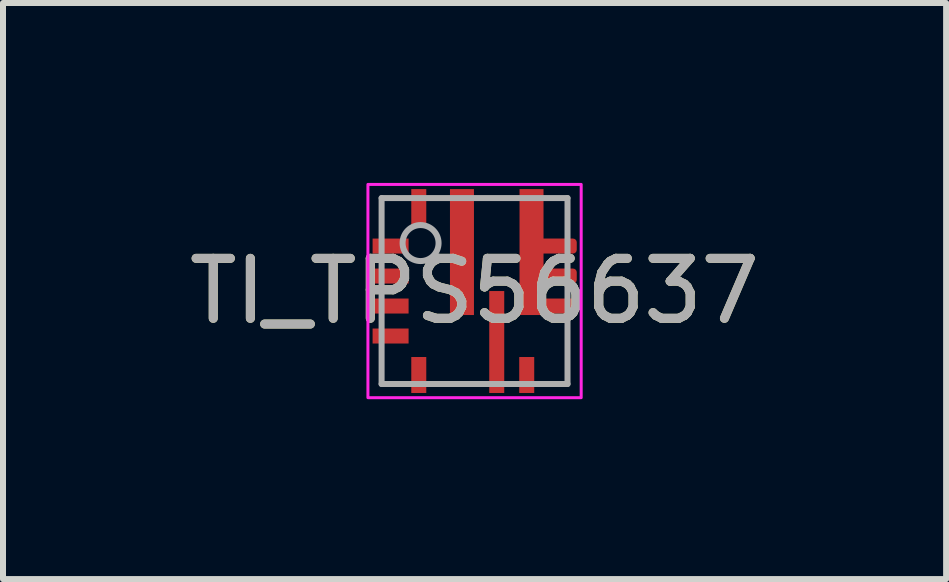
<source format=kicad_pcb>
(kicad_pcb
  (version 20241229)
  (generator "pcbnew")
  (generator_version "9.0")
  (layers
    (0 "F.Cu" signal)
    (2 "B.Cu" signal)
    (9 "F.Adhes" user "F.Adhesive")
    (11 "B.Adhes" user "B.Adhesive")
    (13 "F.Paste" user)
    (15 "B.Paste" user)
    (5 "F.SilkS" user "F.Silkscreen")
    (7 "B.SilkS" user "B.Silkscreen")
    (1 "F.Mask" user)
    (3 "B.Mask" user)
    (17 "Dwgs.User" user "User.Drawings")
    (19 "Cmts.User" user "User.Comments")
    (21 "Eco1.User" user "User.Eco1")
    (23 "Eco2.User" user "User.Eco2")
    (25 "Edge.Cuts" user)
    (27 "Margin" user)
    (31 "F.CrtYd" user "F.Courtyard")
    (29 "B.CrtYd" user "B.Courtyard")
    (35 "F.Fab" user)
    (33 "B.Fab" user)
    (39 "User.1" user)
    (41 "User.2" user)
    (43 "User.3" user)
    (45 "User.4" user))
  (footprint "TI_TPS56637"
    (layer "F.Cu")
    (at 4.863 1.803)
    (property "Reference" "TI_TPS56637" (at 0 0 0) (unlocked yes) (layer "F.SilkS") (effects (font (size 1 1) (thickness 0.15))))
    (attr smd)
    (fp_poly (pts (xy -0.41 -0.8) (xy -0.41 -1.65) (xy -0.409 -1.66) (xy -0.406 -1.669) (xy -0.402 -1.678) (xy -0.395 -1.685) (xy -0.388 -1.692) (xy -0.379 -1.696) (xy -0.37 -1.699) (xy -0.36 -1.7) (xy -0.06 -1.7) (xy -0.05 -1.699) (xy -0.041 -1.696) (xy -0.032 -1.692) (xy -0.025 -1.685) (xy -0.018 -1.678) (xy -0.014 -1.669) (xy -0.011 -1.66) (xy -0.01 -1.65) (xy -0.01 -0.8) (xy -0.011 -0.79) (xy -0.014 -0.781) (xy -0.018 -0.772) (xy -0.025 -0.765) (xy -0.032 -0.758) (xy -0.041 -0.754) (xy -0.05 -0.751) (xy -0.06 -0.75) (xy -0.36 -0.75) (xy -0.37 -0.751) (xy -0.379 -0.754) (xy -0.388 -0.758) (xy -0.395 -0.765) (xy -0.402 -0.772) (xy -0.406 -0.781) (xy -0.409 -0.79)) (stroke (width 0) (type solid)) (fill yes) (layer "F.Paste"))
    (fp_poly (pts (xy -0.41 0.35) (xy -0.41 -0.5) (xy -0.409 -0.51) (xy -0.406 -0.519) (xy -0.402 -0.528) (xy -0.395 -0.535) (xy -0.388 -0.542) (xy -0.379 -0.546) (xy -0.37 -0.549) (xy -0.36 -0.55) (xy -0.06 -0.55) (xy -0.05 -0.549) (xy -0.041 -0.546) (xy -0.032 -0.542) (xy -0.025 -0.535) (xy -0.018 -0.528) (xy -0.014 -0.519) (xy -0.011 -0.51) (xy -0.01 -0.5) (xy -0.01 0.35) (xy -0.011 0.36) (xy -0.014 0.369) (xy -0.018 0.378) (xy -0.025 0.385) (xy -0.032 0.392) (xy -0.041 0.396) (xy -0.05 0.399) (xy -0.06 0.4) (xy -0.36 0.4) (xy -0.37 0.399) (xy -0.379 0.396) (xy -0.388 0.392) (xy -0.395 0.385) (xy -0.402 0.378) (xy -0.406 0.369) (xy -0.409 0.36)) (stroke (width 0) (type solid)) (fill yes) (layer "F.Paste"))
    (fp_poly (pts (xy 0.245 0.7) (xy 0.245 0.05) (xy 0.246 0.04) (xy 0.249 0.031) (xy 0.253 0.022) (xy 0.26 0.015) (xy 0.267 0.008) (xy 0.276 0.004) (xy 0.285 0.001) (xy 0.295 0) (xy 0.445 0) (xy 0.455 0.001) (xy 0.464 0.004) (xy 0.473 0.008) (xy 0.48 0.015) (xy 0.487 0.022) (xy 0.491 0.031) (xy 0.494 0.04) (xy 0.495 0.05) (xy 0.495 0.7) (xy 0.494 0.71) (xy 0.491 0.719) (xy 0.487 0.728) (xy 0.48 0.735) (xy 0.473 0.742) (xy 0.464 0.746) (xy 0.455 0.749) (xy 0.445 0.75) (xy 0.295 0.75) (xy 0.285 0.749) (xy 0.276 0.746) (xy 0.267 0.742) (xy 0.26 0.735) (xy 0.253 0.728) (xy 0.249 0.719) (xy 0.246 0.71)) (stroke (width 0) (type solid)) (fill yes) (layer "F.Paste"))
    (fp_poly (pts (xy 0.245 1.65) (xy 0.245 1) (xy 0.246 0.99) (xy 0.249 0.981) (xy 0.253 0.972) (xy 0.26 0.965) (xy 0.267 0.958) (xy 0.276 0.954) (xy 0.285 0.951) (xy 0.295 0.95) (xy 0.445 0.95) (xy 0.455 0.951) (xy 0.464 0.954) (xy 0.473 0.958) (xy 0.48 0.965) (xy 0.487 0.972) (xy 0.491 0.981) (xy 0.494 0.99) (xy 0.495 1) (xy 0.495 1.65) (xy 0.494 1.66) (xy 0.491 1.669) (xy 0.487 1.678) (xy 0.48 1.685) (xy 0.473 1.692) (xy 0.464 1.696) (xy 0.455 1.699) (xy 0.445 1.7) (xy 0.295 1.7) (xy 0.285 1.699) (xy 0.276 1.696) (xy 0.267 1.692) (xy 0.26 1.685) (xy 0.253 1.678) (xy 0.249 1.669) (xy 0.246 1.66)) (stroke (width 0) (type solid)) (fill yes) (layer "F.Paste"))
    (fp_rect (start -1.778 -1.778) (end 1.778 1.778) (stroke (width 0.05) (type default)) (fill no) (layer "F.CrtYd"))
    (fp_line (start -1.55 -1.55) (end 1.55 -1.55) (stroke (width 0.1) (type solid)) (layer "F.Fab"))
    (fp_line (start -1.55 1.55) (end -1.55 -1.55) (stroke (width 0.1) (type solid)) (layer "F.Fab"))
    (fp_line (start -1.55 1.55) (end 1.55 1.55) (stroke (width 0.1) (type solid)) (layer "F.Fab"))
    (fp_line (start 1.55 1.55) (end 1.55 -1.55) (stroke (width 0.1) (type solid)) (layer "F.Fab"))
    (fp_circle (center -0.9 -0.8) (end -0.6 -0.8) (stroke (width 0.1) (type solid)) (fill no) (layer "F.Fab"))
    (fp_text user "${REFERENCE}" (at 0 0 0) (unlocked yes) (layer "F.Fab") (effects (font (size 1 1) (thickness 0.15))))
    (pad "1" smd rect (at -1.4 -0.75) (size 0.6 0.25) (layers "F.Cu" "F.Mask" "F.Paste"))
    (pad "2" smd rect (at -1.4 -0.25) (size 0.6 0.25) (layers "F.Cu" "F.Mask" "F.Paste"))
    (pad "3" smd rect (at -1.4 0.25) (size 0.6 0.25) (layers "F.Cu" "F.Mask" "F.Paste"))
    (pad "4" smd rect (at -1.4 0.75) (size 0.6 0.25) (layers "F.Cu" "F.Mask" "F.Paste"))
    (pad "5" smd rect (at -0.93 1.4 90) (size 0.6 0.25) (layers "F.Cu" "F.Mask" "F.Paste"))
    (pad "6" smd rect (at 0.37 0.85 90) (size 1.7 0.25) (layers "F.Cu" "F.Mask"))
    (pad "7" smd rect (at 0.87 1.4 90) (size 0.6 0.25) (layers "F.Cu" "F.Mask" "F.Paste"))
    (pad "8" smd rect (at 0.95 -0.65 90) (size 2.1 0.4) (layers "F.Cu" "F.Mask" "F.Paste"))
    (pad "8" smd roundrect (at 1.26 -0.75) (size 0.888 0.25) (layers "F.Cu" "F.Mask" "F.Paste") (roundrect_rratio 0.25))
    (pad "8" smd roundrect (at 1.26 -0.25) (size 0.888 0.25) (layers "F.Cu" "F.Mask" "F.Paste") (roundrect_rratio 0.25))
    (pad "8" smd roundrect (at 1.26 0.25) (size 0.888 0.25) (layers "F.Cu" "F.Mask" "F.Paste") (roundrect_rratio 0.25))
    (pad "9" smd rect (at -0.21 -0.65 90) (size 2.1 0.4) (layers "F.Cu" "F.Mask"))
    (pad "10" smd rect (at -0.93 -1.4 90) (size 0.6 0.25) (layers "F.Cu" "F.Mask" "F.Paste")))
  (gr_rect
    (start -3 -3)
    (end 12.726 6.606)
    (stroke (width 0.1) (type default))
    (fill no)
    (layer "Edge.Cuts")))
</source>
